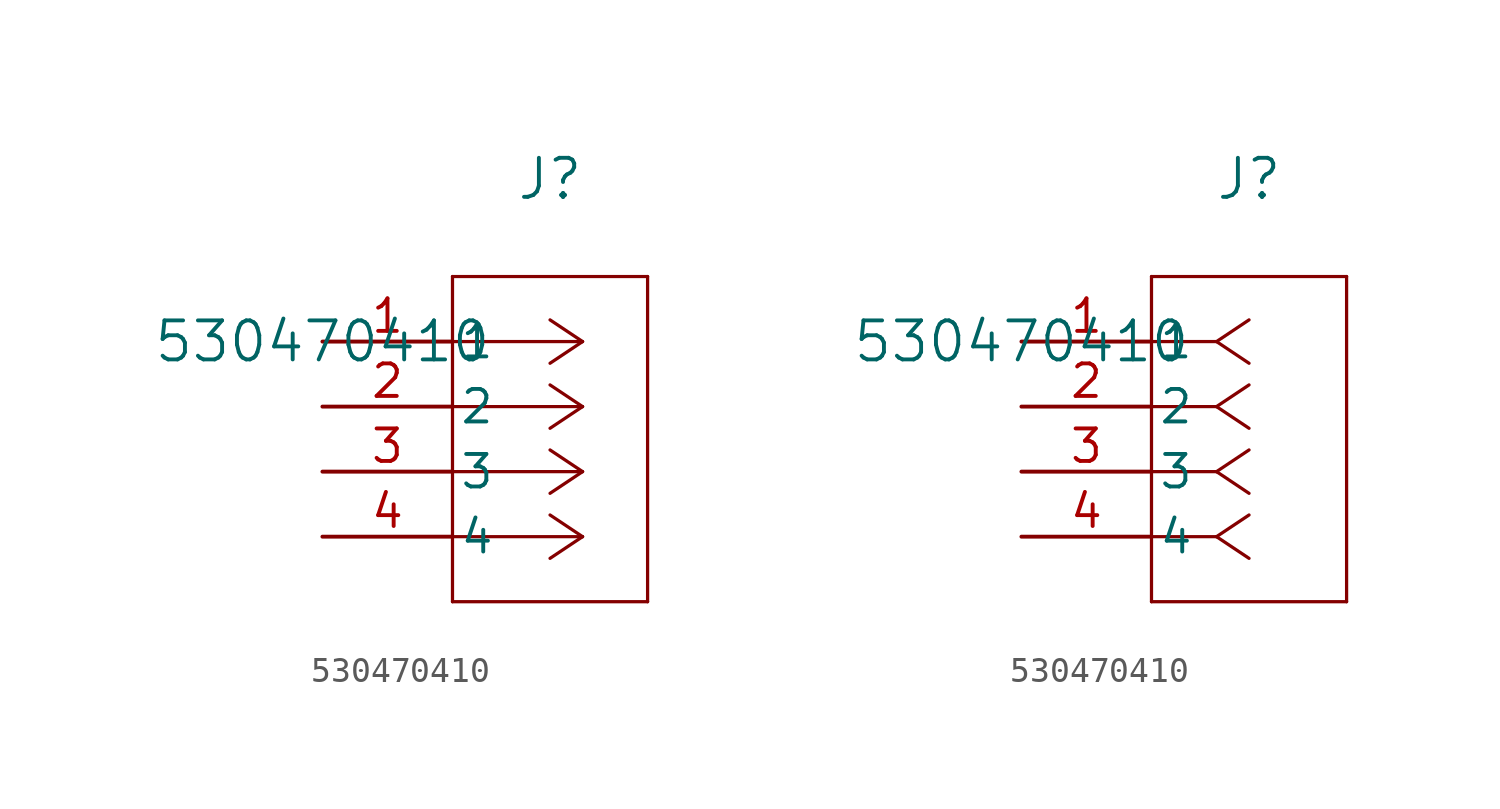
<source format=kicad_sym>
(kicad_symbol_lib
  (version 20211014)
  (generator kicad_symbol_editor)
  (symbol "530470410"
    (pin_names
      (offset 0.254))
    (property "Reference" "J"
      (at 8.89 6.35 0)
      (effects (font (size 1.524 1.524))))
    (property "Value" "530470410"
      (at 0 0 0)
      (effects (font (size 1.524 1.524))))
    (symbol "530470410_1_1"
      (polyline (pts (xy 10.16 0) (xy 5.08 0)) (stroke (width 0.127) (type default) (color 0 0 0 0)) (fill (type none)))
      (polyline (pts (xy 10.16 -2.54) (xy 5.08 -2.54)) (stroke (width 0.127) (type default) (color 0 0 0 0)) (fill (type none)))
      (polyline (pts (xy 10.16 -5.08) (xy 5.08 -5.08)) (stroke (width 0.127) (type default) (color 0 0 0 0)) (fill (type none)))
      (polyline (pts (xy 10.16 -7.62) (xy 5.08 -7.62)) (stroke (width 0.127) (type default) (color 0 0 0 0)) (fill (type none)))
      (polyline (pts (xy 10.16 0) (xy 8.89 0.847)) (stroke (width 0.127) (type default) (color 0 0 0 0)) (fill (type none)))
      (polyline (pts (xy 10.16 -2.54) (xy 8.89 -1.693)) (stroke (width 0.127) (type default) (color 0 0 0 0)) (fill (type none)))
      (polyline (pts (xy 10.16 -5.08) (xy 8.89 -4.233)) (stroke (width 0.127) (type default) (color 0 0 0 0)) (fill (type none)))
      (polyline (pts (xy 10.16 -7.62) (xy 8.89 -6.773)) (stroke (width 0.127) (type default) (color 0 0 0 0)) (fill (type none)))
      (polyline (pts (xy 10.16 0) (xy 8.89 -0.847)) (stroke (width 0.127) (type default) (color 0 0 0 0)) (fill (type none)))
      (polyline (pts (xy 10.16 -2.54) (xy 8.89 -3.387)) (stroke (width 0.127) (type default) (color 0 0 0 0)) (fill (type none)))
      (polyline (pts (xy 10.16 -5.08) (xy 8.89 -5.927)) (stroke (width 0.127) (type default) (color 0 0 0 0)) (fill (type none)))
      (polyline (pts (xy 10.16 -7.62) (xy 8.89 -8.467)) (stroke (width 0.127) (type default) (color 0 0 0 0)) (fill (type none)))
      (polyline (pts (xy 5.08 2.54) (xy 5.08 -10.16)) (stroke (width 0.127) (type default) (color 0 0 0 0)) (fill (type none)))
      (polyline (pts (xy 5.08 -10.16) (xy 12.7 -10.16)) (stroke (width 0.127) (type default) (color 0 0 0 0)) (fill (type none)))
      (polyline (pts (xy 12.7 -10.16) (xy 12.7 2.54)) (stroke (width 0.127) (type default) (color 0 0 0 0)) (fill (type none)))
      (polyline (pts (xy 12.7 2.54) (xy 5.08 2.54)) (stroke (width 0.127) (type default) (color 0 0 0 0)) (fill (type none)))
      (pin unspecified line (at 0 0 0) (length 5.08) (name "1" (effects (font (size 1.27 1.27)))) (number "1" (effects (font (size 1.27 1.27)))))
      (pin unspecified line (at 0 -2.54 0) (length 5.08) (name "2" (effects (font (size 1.27 1.27)))) (number "2" (effects (font (size 1.27 1.27)))))
      (pin unspecified line (at 0 -5.08 0) (length 5.08) (name "3" (effects (font (size 1.27 1.27)))) (number "3" (effects (font (size 1.27 1.27)))))
      (pin unspecified line (at 0 -7.62 0) (length 5.08) (name "4" (effects (font (size 1.27 1.27)))) (number "4" (effects (font (size 1.27 1.27))))))
    (symbol "530470410_1_2"
      (polyline (pts (xy 7.62 0) (xy 5.08 0)) (stroke (width 0.127) (type default) (color 0 0 0 0)) (fill (type none)))
      (polyline (pts (xy 7.62 -2.54) (xy 5.08 -2.54)) (stroke (width 0.127) (type default) (color 0 0 0 0)) (fill (type none)))
      (polyline (pts (xy 7.62 -5.08) (xy 5.08 -5.08)) (stroke (width 0.127) (type default) (color 0 0 0 0)) (fill (type none)))
      (polyline (pts (xy 7.62 -7.62) (xy 5.08 -7.62)) (stroke (width 0.127) (type default) (color 0 0 0 0)) (fill (type none)))
      (polyline (pts (xy 7.62 0) (xy 8.89 0.847)) (stroke (width 0.127) (type default) (color 0 0 0 0)) (fill (type none)))
      (polyline (pts (xy 7.62 -2.54) (xy 8.89 -1.693)) (stroke (width 0.127) (type default) (color 0 0 0 0)) (fill (type none)))
      (polyline (pts (xy 7.62 -5.08) (xy 8.89 -4.233)) (stroke (width 0.127) (type default) (color 0 0 0 0)) (fill (type none)))
      (polyline (pts (xy 7.62 -7.62) (xy 8.89 -6.773)) (stroke (width 0.127) (type default) (color 0 0 0 0)) (fill (type none)))
      (polyline (pts (xy 7.62 0) (xy 8.89 -0.847)) (stroke (width 0.127) (type default) (color 0 0 0 0)) (fill (type none)))
      (polyline (pts (xy 7.62 -2.54) (xy 8.89 -3.387)) (stroke (width 0.127) (type default) (color 0 0 0 0)) (fill (type none)))
      (polyline (pts (xy 7.62 -5.08) (xy 8.89 -5.927)) (stroke (width 0.127) (type default) (color 0 0 0 0)) (fill (type none)))
      (polyline (pts (xy 7.62 -7.62) (xy 8.89 -8.467)) (stroke (width 0.127) (type default) (color 0 0 0 0)) (fill (type none)))
      (polyline (pts (xy 5.08 2.54) (xy 5.08 -10.16)) (stroke (width 0.127) (type default) (color 0 0 0 0)) (fill (type none)))
      (polyline (pts (xy 5.08 -10.16) (xy 12.7 -10.16)) (stroke (width 0.127) (type default) (color 0 0 0 0)) (fill (type none)))
      (polyline (pts (xy 12.7 -10.16) (xy 12.7 2.54)) (stroke (width 0.127) (type default) (color 0 0 0 0)) (fill (type none)))
      (polyline (pts (xy 12.7 2.54) (xy 5.08 2.54)) (stroke (width 0.127) (type default) (color 0 0 0 0)) (fill (type none)))
      (pin unspecified line (at 0 0 0) (length 5.08) (name "1" (effects (font (size 1.27 1.27)))) (number "1" (effects (font (size 1.27 1.27)))))
      (pin unspecified line (at 0 -2.54 0) (length 5.08) (name "2" (effects (font (size 1.27 1.27)))) (number "2" (effects (font (size 1.27 1.27)))))
      (pin unspecified line (at 0 -5.08 0) (length 5.08) (name "3" (effects (font (size 1.27 1.27)))) (number "3" (effects (font (size 1.27 1.27)))))
      (pin unspecified line (at 0 -7.62 0) (length 5.08) (name "4" (effects (font (size 1.27 1.27)))) (number "4" (effects (font (size 1.27 1.27))))))))
</source>
